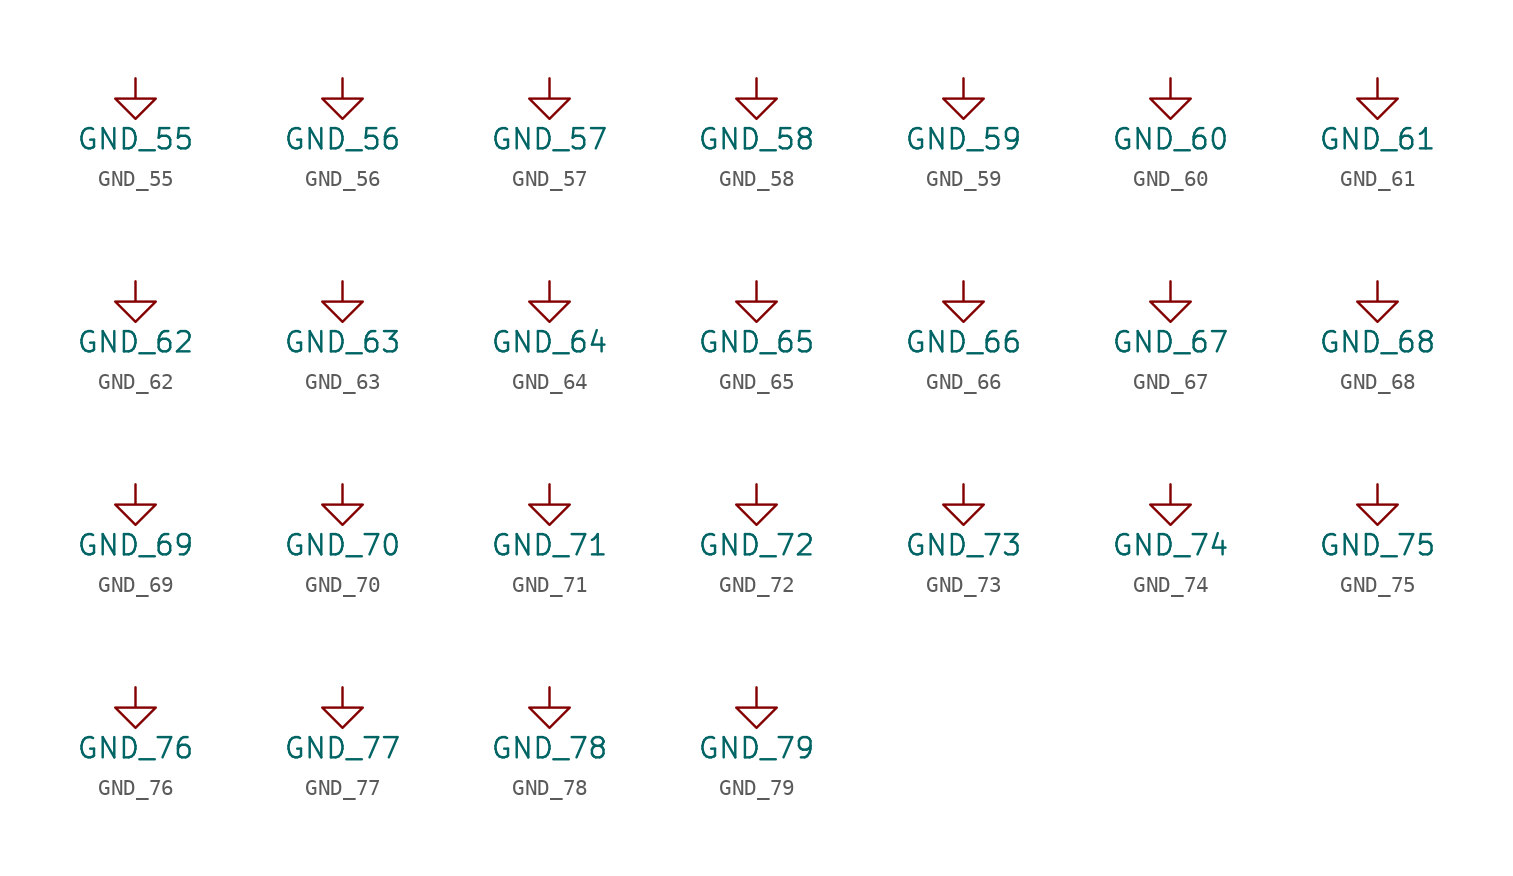
<source format=kicad_sym>
(kicad_symbol_lib
  (version 20211014)
  (generator kicad_symbol_editor)
  (symbol "data-center-rdimm-ddr4-tester:GND_55"
    (power)
    (pin_names
      (offset 0))
    (property "Reference" "#PWR"
      (at 0 -6.35 0)
      (effects (font (size 1.27 1.27)) hide))
    (property "Value" "GND_55"
      (at 0 -3.81 0)
      (effects (font (size 1.27 1.27))))
    (symbol "GND_55_0_1"
      (polyline (pts (xy 0 0) (xy 0 -1.27) (xy 1.27 -1.27) (xy 0 -2.54) (xy -1.27 -1.27) (xy 0 -1.27)) (stroke (width 0) (type default)) (fill (type none))))
    (symbol "GND_55_1_1"
      (pin power_in line (at 0 0 270) (length 0) hide (name "GND" (effects (font (size 1.27 1.27)))) (number "1" (effects (font (size 1.27 1.27)))))))
  (symbol "data-center-rdimm-ddr4-tester:GND_56"
    (power)
    (pin_names
      (offset 0))
    (property "Reference" "#PWR"
      (at 0 -6.35 0)
      (effects (font (size 1.27 1.27)) hide))
    (property "Value" "GND_56"
      (at 0 -3.81 0)
      (effects (font (size 1.27 1.27))))
    (symbol "GND_56_0_1"
      (polyline (pts (xy 0 0) (xy 0 -1.27) (xy 1.27 -1.27) (xy 0 -2.54) (xy -1.27 -1.27) (xy 0 -1.27)) (stroke (width 0) (type default)) (fill (type none))))
    (symbol "GND_56_1_1"
      (pin power_in line (at 0 0 270) (length 0) hide (name "GND" (effects (font (size 1.27 1.27)))) (number "1" (effects (font (size 1.27 1.27)))))))
  (symbol "data-center-rdimm-ddr4-tester:GND_57"
    (power)
    (pin_names
      (offset 0))
    (property "Reference" "#PWR"
      (at 0 -6.35 0)
      (effects (font (size 1.27 1.27)) hide))
    (property "Value" "GND_57"
      (at 0 -3.81 0)
      (effects (font (size 1.27 1.27))))
    (symbol "GND_57_0_1"
      (polyline (pts (xy 0 0) (xy 0 -1.27) (xy 1.27 -1.27) (xy 0 -2.54) (xy -1.27 -1.27) (xy 0 -1.27)) (stroke (width 0) (type default)) (fill (type none))))
    (symbol "GND_57_1_1"
      (pin power_in line (at 0 0 270) (length 0) hide (name "GND" (effects (font (size 1.27 1.27)))) (number "1" (effects (font (size 1.27 1.27)))))))
  (symbol "data-center-rdimm-ddr4-tester:GND_58"
    (power)
    (pin_names
      (offset 0))
    (property "Reference" "#PWR"
      (at 0 -6.35 0)
      (effects (font (size 1.27 1.27)) hide))
    (property "Value" "GND_58"
      (at 0 -3.81 0)
      (effects (font (size 1.27 1.27))))
    (symbol "GND_58_0_1"
      (polyline (pts (xy 0 0) (xy 0 -1.27) (xy 1.27 -1.27) (xy 0 -2.54) (xy -1.27 -1.27) (xy 0 -1.27)) (stroke (width 0) (type default)) (fill (type none))))
    (symbol "GND_58_1_1"
      (pin power_in line (at 0 0 270) (length 0) hide (name "GND" (effects (font (size 1.27 1.27)))) (number "1" (effects (font (size 1.27 1.27)))))))
  (symbol "data-center-rdimm-ddr4-tester:GND_59"
    (power)
    (pin_names
      (offset 0))
    (property "Reference" "#PWR"
      (at 0 -6.35 0)
      (effects (font (size 1.27 1.27)) hide))
    (property "Value" "GND_59"
      (at 0 -3.81 0)
      (effects (font (size 1.27 1.27))))
    (symbol "GND_59_0_1"
      (polyline (pts (xy 0 0) (xy 0 -1.27) (xy 1.27 -1.27) (xy 0 -2.54) (xy -1.27 -1.27) (xy 0 -1.27)) (stroke (width 0) (type default)) (fill (type none))))
    (symbol "GND_59_1_1"
      (pin power_in line (at 0 0 270) (length 0) hide (name "GND" (effects (font (size 1.27 1.27)))) (number "1" (effects (font (size 1.27 1.27)))))))
  (symbol "data-center-rdimm-ddr4-tester:GND_60"
    (power)
    (pin_names
      (offset 0))
    (property "Reference" "#PWR"
      (at 0 -6.35 0)
      (effects (font (size 1.27 1.27)) hide))
    (property "Value" "GND_60"
      (at 0 -3.81 0)
      (effects (font (size 1.27 1.27))))
    (symbol "GND_60_0_1"
      (polyline (pts (xy 0 0) (xy 0 -1.27) (xy 1.27 -1.27) (xy 0 -2.54) (xy -1.27 -1.27) (xy 0 -1.27)) (stroke (width 0) (type default)) (fill (type none))))
    (symbol "GND_60_1_1"
      (pin power_in line (at 0 0 270) (length 0) hide (name "GND" (effects (font (size 1.27 1.27)))) (number "1" (effects (font (size 1.27 1.27)))))))
  (symbol "data-center-rdimm-ddr4-tester:GND_61"
    (power)
    (pin_names
      (offset 0))
    (property "Reference" "#PWR"
      (at 0 -6.35 0)
      (effects (font (size 1.27 1.27)) hide))
    (property "Value" "GND_61"
      (at 0 -3.81 0)
      (effects (font (size 1.27 1.27))))
    (symbol "GND_61_0_1"
      (polyline (pts (xy 0 0) (xy 0 -1.27) (xy 1.27 -1.27) (xy 0 -2.54) (xy -1.27 -1.27) (xy 0 -1.27)) (stroke (width 0) (type default)) (fill (type none))))
    (symbol "GND_61_1_1"
      (pin power_in line (at 0 0 270) (length 0) hide (name "GND" (effects (font (size 1.27 1.27)))) (number "1" (effects (font (size 1.27 1.27)))))))
  (symbol "data-center-rdimm-ddr4-tester:GND_62"
    (power)
    (pin_names
      (offset 0))
    (property "Reference" "#PWR"
      (at 0 -6.35 0)
      (effects (font (size 1.27 1.27)) hide))
    (property "Value" "GND_62"
      (at 0 -3.81 0)
      (effects (font (size 1.27 1.27))))
    (symbol "GND_62_0_1"
      (polyline (pts (xy 0 0) (xy 0 -1.27) (xy 1.27 -1.27) (xy 0 -2.54) (xy -1.27 -1.27) (xy 0 -1.27)) (stroke (width 0) (type default)) (fill (type none))))
    (symbol "GND_62_1_1"
      (pin power_in line (at 0 0 270) (length 0) hide (name "GND" (effects (font (size 1.27 1.27)))) (number "1" (effects (font (size 1.27 1.27)))))))
  (symbol "data-center-rdimm-ddr4-tester:GND_63"
    (power)
    (pin_names
      (offset 0))
    (property "Reference" "#PWR"
      (at 0 -6.35 0)
      (effects (font (size 1.27 1.27)) hide))
    (property "Value" "GND_63"
      (at 0 -3.81 0)
      (effects (font (size 1.27 1.27))))
    (symbol "GND_63_0_1"
      (polyline (pts (xy 0 0) (xy 0 -1.27) (xy 1.27 -1.27) (xy 0 -2.54) (xy -1.27 -1.27) (xy 0 -1.27)) (stroke (width 0) (type default)) (fill (type none))))
    (symbol "GND_63_1_1"
      (pin power_in line (at 0 0 270) (length 0) hide (name "GND" (effects (font (size 1.27 1.27)))) (number "1" (effects (font (size 1.27 1.27)))))))
  (symbol "data-center-rdimm-ddr4-tester:GND_64"
    (power)
    (pin_names
      (offset 0))
    (property "Reference" "#PWR"
      (at 0 -6.35 0)
      (effects (font (size 1.27 1.27)) hide))
    (property "Value" "GND_64"
      (at 0 -3.81 0)
      (effects (font (size 1.27 1.27))))
    (symbol "GND_64_0_1"
      (polyline (pts (xy 0 0) (xy 0 -1.27) (xy 1.27 -1.27) (xy 0 -2.54) (xy -1.27 -1.27) (xy 0 -1.27)) (stroke (width 0) (type default)) (fill (type none))))
    (symbol "GND_64_1_1"
      (pin power_in line (at 0 0 270) (length 0) hide (name "GND" (effects (font (size 1.27 1.27)))) (number "1" (effects (font (size 1.27 1.27)))))))
  (symbol "data-center-rdimm-ddr4-tester:GND_65"
    (power)
    (pin_names
      (offset 0))
    (property "Reference" "#PWR"
      (at 0 -6.35 0)
      (effects (font (size 1.27 1.27)) hide))
    (property "Value" "GND_65"
      (at 0 -3.81 0)
      (effects (font (size 1.27 1.27))))
    (symbol "GND_65_0_1"
      (polyline (pts (xy 0 0) (xy 0 -1.27) (xy 1.27 -1.27) (xy 0 -2.54) (xy -1.27 -1.27) (xy 0 -1.27)) (stroke (width 0) (type default)) (fill (type none))))
    (symbol "GND_65_1_1"
      (pin power_in line (at 0 0 270) (length 0) hide (name "GND" (effects (font (size 1.27 1.27)))) (number "1" (effects (font (size 1.27 1.27)))))))
  (symbol "data-center-rdimm-ddr4-tester:GND_66"
    (power)
    (pin_names
      (offset 0))
    (property "Reference" "#PWR"
      (at 0 -6.35 0)
      (effects (font (size 1.27 1.27)) hide))
    (property "Value" "GND_66"
      (at 0 -3.81 0)
      (effects (font (size 1.27 1.27))))
    (symbol "GND_66_0_1"
      (polyline (pts (xy 0 0) (xy 0 -1.27) (xy 1.27 -1.27) (xy 0 -2.54) (xy -1.27 -1.27) (xy 0 -1.27)) (stroke (width 0) (type default)) (fill (type none))))
    (symbol "GND_66_1_1"
      (pin power_in line (at 0 0 270) (length 0) hide (name "GND" (effects (font (size 1.27 1.27)))) (number "1" (effects (font (size 1.27 1.27)))))))
  (symbol "data-center-rdimm-ddr4-tester:GND_67"
    (power)
    (pin_names
      (offset 0))
    (property "Reference" "#PWR"
      (at 0 -6.35 0)
      (effects (font (size 1.27 1.27)) hide))
    (property "Value" "GND_67"
      (at 0 -3.81 0)
      (effects (font (size 1.27 1.27))))
    (symbol "GND_67_0_1"
      (polyline (pts (xy 0 0) (xy 0 -1.27) (xy 1.27 -1.27) (xy 0 -2.54) (xy -1.27 -1.27) (xy 0 -1.27)) (stroke (width 0) (type default)) (fill (type none))))
    (symbol "GND_67_1_1"
      (pin power_in line (at 0 0 270) (length 0) hide (name "GND" (effects (font (size 1.27 1.27)))) (number "1" (effects (font (size 1.27 1.27)))))))
  (symbol "data-center-rdimm-ddr4-tester:GND_68"
    (power)
    (pin_names
      (offset 0))
    (property "Reference" "#PWR"
      (at 0 -6.35 0)
      (effects (font (size 1.27 1.27)) hide))
    (property "Value" "GND_68"
      (at 0 -3.81 0)
      (effects (font (size 1.27 1.27))))
    (symbol "GND_68_0_1"
      (polyline (pts (xy 0 0) (xy 0 -1.27) (xy 1.27 -1.27) (xy 0 -2.54) (xy -1.27 -1.27) (xy 0 -1.27)) (stroke (width 0) (type default)) (fill (type none))))
    (symbol "GND_68_1_1"
      (pin power_in line (at 0 0 270) (length 0) hide (name "GND" (effects (font (size 1.27 1.27)))) (number "1" (effects (font (size 1.27 1.27)))))))
  (symbol "data-center-rdimm-ddr4-tester:GND_69"
    (power)
    (pin_names
      (offset 0))
    (property "Reference" "#PWR"
      (at 0 -6.35 0)
      (effects (font (size 1.27 1.27)) hide))
    (property "Value" "GND_69"
      (at 0 -3.81 0)
      (effects (font (size 1.27 1.27))))
    (symbol "GND_69_0_1"
      (polyline (pts (xy 0 0) (xy 0 -1.27) (xy 1.27 -1.27) (xy 0 -2.54) (xy -1.27 -1.27) (xy 0 -1.27)) (stroke (width 0) (type default)) (fill (type none))))
    (symbol "GND_69_1_1"
      (pin power_in line (at 0 0 270) (length 0) hide (name "GND" (effects (font (size 1.27 1.27)))) (number "1" (effects (font (size 1.27 1.27)))))))
  (symbol "data-center-rdimm-ddr4-tester:GND_70"
    (power)
    (pin_names
      (offset 0))
    (property "Reference" "#PWR"
      (at 0 -6.35 0)
      (effects (font (size 1.27 1.27)) hide))
    (property "Value" "GND_70"
      (at 0 -3.81 0)
      (effects (font (size 1.27 1.27))))
    (symbol "GND_70_0_1"
      (polyline (pts (xy 0 0) (xy 0 -1.27) (xy 1.27 -1.27) (xy 0 -2.54) (xy -1.27 -1.27) (xy 0 -1.27)) (stroke (width 0) (type default)) (fill (type none))))
    (symbol "GND_70_1_1"
      (pin power_in line (at 0 0 270) (length 0) hide (name "GND" (effects (font (size 1.27 1.27)))) (number "1" (effects (font (size 1.27 1.27)))))))
  (symbol "data-center-rdimm-ddr4-tester:GND_71"
    (power)
    (pin_names
      (offset 0))
    (property "Reference" "#PWR"
      (at 0 -6.35 0)
      (effects (font (size 1.27 1.27)) hide))
    (property "Value" "GND_71"
      (at 0 -3.81 0)
      (effects (font (size 1.27 1.27))))
    (symbol "GND_71_0_1"
      (polyline (pts (xy 0 0) (xy 0 -1.27) (xy 1.27 -1.27) (xy 0 -2.54) (xy -1.27 -1.27) (xy 0 -1.27)) (stroke (width 0) (type default)) (fill (type none))))
    (symbol "GND_71_1_1"
      (pin power_in line (at 0 0 270) (length 0) hide (name "GND" (effects (font (size 1.27 1.27)))) (number "1" (effects (font (size 1.27 1.27)))))))
  (symbol "data-center-rdimm-ddr4-tester:GND_72"
    (power)
    (pin_names
      (offset 0))
    (property "Reference" "#PWR"
      (at 0 -6.35 0)
      (effects (font (size 1.27 1.27)) hide))
    (property "Value" "GND_72"
      (at 0 -3.81 0)
      (effects (font (size 1.27 1.27))))
    (symbol "GND_72_0_1"
      (polyline (pts (xy 0 0) (xy 0 -1.27) (xy 1.27 -1.27) (xy 0 -2.54) (xy -1.27 -1.27) (xy 0 -1.27)) (stroke (width 0) (type default)) (fill (type none))))
    (symbol "GND_72_1_1"
      (pin power_in line (at 0 0 270) (length 0) hide (name "GND" (effects (font (size 1.27 1.27)))) (number "1" (effects (font (size 1.27 1.27)))))))
  (symbol "data-center-rdimm-ddr4-tester:GND_73"
    (power)
    (pin_names
      (offset 0))
    (property "Reference" "#PWR"
      (at 0 -6.35 0)
      (effects (font (size 1.27 1.27)) hide))
    (property "Value" "GND_73"
      (at 0 -3.81 0)
      (effects (font (size 1.27 1.27))))
    (symbol "GND_73_0_1"
      (polyline (pts (xy 0 0) (xy 0 -1.27) (xy 1.27 -1.27) (xy 0 -2.54) (xy -1.27 -1.27) (xy 0 -1.27)) (stroke (width 0) (type default)) (fill (type none))))
    (symbol "GND_73_1_1"
      (pin power_in line (at 0 0 270) (length 0) hide (name "GND" (effects (font (size 1.27 1.27)))) (number "1" (effects (font (size 1.27 1.27)))))))
  (symbol "data-center-rdimm-ddr4-tester:GND_74"
    (power)
    (pin_names
      (offset 0))
    (property "Reference" "#PWR"
      (at 0 -6.35 0)
      (effects (font (size 1.27 1.27)) hide))
    (property "Value" "GND_74"
      (at 0 -3.81 0)
      (effects (font (size 1.27 1.27))))
    (symbol "GND_74_0_1"
      (polyline (pts (xy 0 0) (xy 0 -1.27) (xy 1.27 -1.27) (xy 0 -2.54) (xy -1.27 -1.27) (xy 0 -1.27)) (stroke (width 0) (type default)) (fill (type none))))
    (symbol "GND_74_1_1"
      (pin power_in line (at 0 0 270) (length 0) hide (name "GND" (effects (font (size 1.27 1.27)))) (number "1" (effects (font (size 1.27 1.27)))))))
  (symbol "data-center-rdimm-ddr4-tester:GND_75"
    (power)
    (pin_names
      (offset 0))
    (property "Reference" "#PWR"
      (at 0 -6.35 0)
      (effects (font (size 1.27 1.27)) hide))
    (property "Value" "GND_75"
      (at 0 -3.81 0)
      (effects (font (size 1.27 1.27))))
    (symbol "GND_75_0_1"
      (polyline (pts (xy 0 0) (xy 0 -1.27) (xy 1.27 -1.27) (xy 0 -2.54) (xy -1.27 -1.27) (xy 0 -1.27)) (stroke (width 0) (type default)) (fill (type none))))
    (symbol "GND_75_1_1"
      (pin power_in line (at 0 0 270) (length 0) hide (name "GND" (effects (font (size 1.27 1.27)))) (number "1" (effects (font (size 1.27 1.27)))))))
  (symbol "data-center-rdimm-ddr4-tester:GND_76"
    (power)
    (pin_names
      (offset 0))
    (property "Reference" "#PWR"
      (at 0 -6.35 0)
      (effects (font (size 1.27 1.27)) hide))
    (property "Value" "GND_76"
      (at 0 -3.81 0)
      (effects (font (size 1.27 1.27))))
    (symbol "GND_76_0_1"
      (polyline (pts (xy 0 0) (xy 0 -1.27) (xy 1.27 -1.27) (xy 0 -2.54) (xy -1.27 -1.27) (xy 0 -1.27)) (stroke (width 0) (type default)) (fill (type none))))
    (symbol "GND_76_1_1"
      (pin power_in line (at 0 0 270) (length 0) hide (name "GND" (effects (font (size 1.27 1.27)))) (number "1" (effects (font (size 1.27 1.27)))))))
  (symbol "data-center-rdimm-ddr4-tester:GND_77"
    (power)
    (pin_names
      (offset 0))
    (property "Reference" "#PWR"
      (at 0 -6.35 0)
      (effects (font (size 1.27 1.27)) hide))
    (property "Value" "GND_77"
      (at 0 -3.81 0)
      (effects (font (size 1.27 1.27))))
    (symbol "GND_77_0_1"
      (polyline (pts (xy 0 0) (xy 0 -1.27) (xy 1.27 -1.27) (xy 0 -2.54) (xy -1.27 -1.27) (xy 0 -1.27)) (stroke (width 0) (type default)) (fill (type none))))
    (symbol "GND_77_1_1"
      (pin power_in line (at 0 0 270) (length 0) hide (name "GND" (effects (font (size 1.27 1.27)))) (number "1" (effects (font (size 1.27 1.27)))))))
  (symbol "data-center-rdimm-ddr4-tester:GND_78"
    (power)
    (pin_names
      (offset 0))
    (property "Reference" "#PWR"
      (at 0 -6.35 0)
      (effects (font (size 1.27 1.27)) hide))
    (property "Value" "GND_78"
      (at 0 -3.81 0)
      (effects (font (size 1.27 1.27))))
    (symbol "GND_78_0_1"
      (polyline (pts (xy 0 0) (xy 0 -1.27) (xy 1.27 -1.27) (xy 0 -2.54) (xy -1.27 -1.27) (xy 0 -1.27)) (stroke (width 0) (type default)) (fill (type none))))
    (symbol "GND_78_1_1"
      (pin power_in line (at 0 0 270) (length 0) hide (name "GND" (effects (font (size 1.27 1.27)))) (number "1" (effects (font (size 1.27 1.27)))))))
  (symbol "data-center-rdimm-ddr4-tester:GND_79"
    (power)
    (pin_names
      (offset 0))
    (property "Reference" "#PWR"
      (at 0 -6.35 0)
      (effects (font (size 1.27 1.27)) hide))
    (property "Value" "GND_79"
      (at 0 -3.81 0)
      (effects (font (size 1.27 1.27))))
    (symbol "GND_79_0_1"
      (polyline (pts (xy 0 0) (xy 0 -1.27) (xy 1.27 -1.27) (xy 0 -2.54) (xy -1.27 -1.27) (xy 0 -1.27)) (stroke (width 0) (type default)) (fill (type none))))
    (symbol "GND_79_1_1"
      (pin power_in line (at 0 0 270) (length 0) hide (name "GND" (effects (font (size 1.27 1.27)))) (number "1" (effects (font (size 1.27 1.27))))))))
</source>
